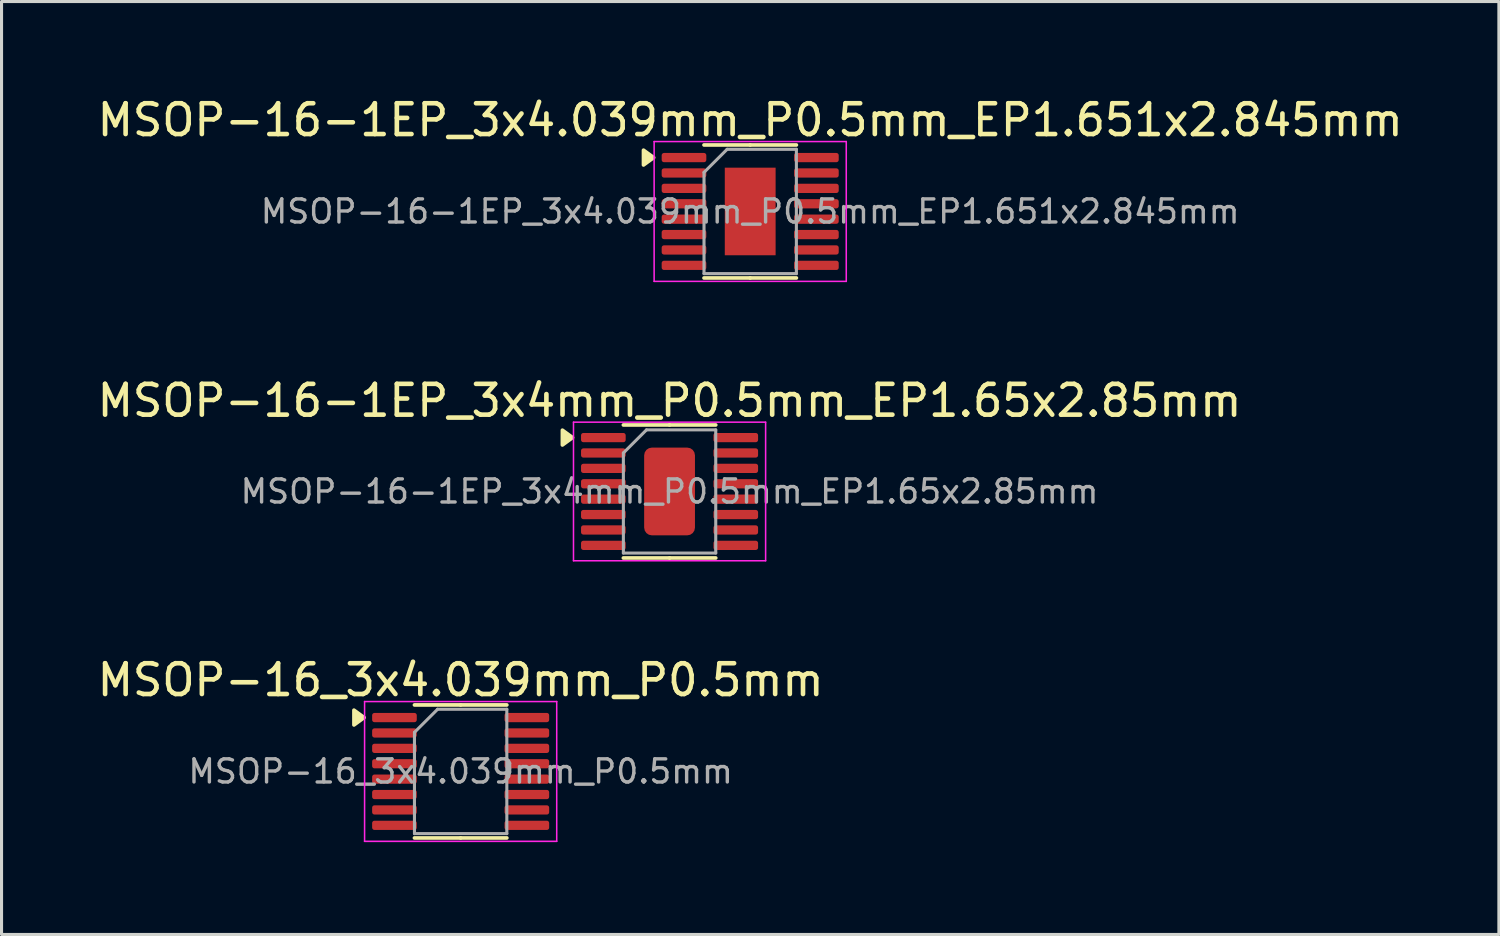
<source format=kicad_pcb>
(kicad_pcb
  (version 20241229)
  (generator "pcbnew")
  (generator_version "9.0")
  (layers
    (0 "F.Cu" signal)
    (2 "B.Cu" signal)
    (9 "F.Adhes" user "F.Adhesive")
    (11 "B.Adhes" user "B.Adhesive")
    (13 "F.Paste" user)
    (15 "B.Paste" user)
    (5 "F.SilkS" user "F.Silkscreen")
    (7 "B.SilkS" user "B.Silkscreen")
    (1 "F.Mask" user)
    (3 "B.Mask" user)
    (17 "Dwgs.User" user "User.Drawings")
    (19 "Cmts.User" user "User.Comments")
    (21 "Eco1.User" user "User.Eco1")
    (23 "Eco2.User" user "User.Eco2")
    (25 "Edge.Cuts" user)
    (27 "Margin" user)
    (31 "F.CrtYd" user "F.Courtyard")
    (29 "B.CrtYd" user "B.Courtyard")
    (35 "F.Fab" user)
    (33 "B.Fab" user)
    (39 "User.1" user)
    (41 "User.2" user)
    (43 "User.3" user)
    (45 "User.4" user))
  (footprint "MSOP-16_3x4.039mm_P0.5mm"
    (layer "F.Cu")
    (at 11.911 22.005)
    (property "Reference" "MSOP-16_3x4.039mm_P0.5mm" (at 0 -2.97 0) (layer "F.SilkS") (effects (font (size 1 1) (thickness 0.15))))
    (attr smd)
    (fp_line (start 0 -2.16) (end -1.5 -2.16) (stroke (width 0.12) (type solid)) (layer "F.SilkS"))
    (fp_line (start 0 -2.16) (end 1.5 -2.16) (stroke (width 0.12) (type solid)) (layer "F.SilkS"))
    (fp_line (start 0 2.16) (end -1.5 2.16) (stroke (width 0.12) (type solid)) (layer "F.SilkS"))
    (fp_line (start 0 2.16) (end 1.5 2.16) (stroke (width 0.12) (type solid)) (layer "F.SilkS"))
    (fp_poly (pts (xy -3.135 -1.75) (xy -3.465 -1.99) (xy -3.465 -1.51) (xy -3.135 -1.75)) (stroke (width 0.12) (type solid)) (fill yes) (layer "F.SilkS"))
    (fp_line (start -3.12 -2.27) (end -3.12 2.27) (stroke (width 0.05) (type solid)) (layer "F.CrtYd"))
    (fp_line (start -3.12 2.27) (end 3.12 2.27) (stroke (width 0.05) (type solid)) (layer "F.CrtYd"))
    (fp_line (start 3.12 -2.27) (end -3.12 -2.27) (stroke (width 0.05) (type solid)) (layer "F.CrtYd"))
    (fp_line (start 3.12 2.27) (end 3.12 -2.27) (stroke (width 0.05) (type solid)) (layer "F.CrtYd"))
    (fp_line (start -1.5 -1.27) (end -0.75 -2.019) (stroke (width 0.1) (type solid)) (layer "F.Fab"))
    (fp_line (start -1.5 2.019) (end -1.5 -1.27) (stroke (width 0.1) (type solid)) (layer "F.Fab"))
    (fp_line (start -0.75 -2.019) (end 1.5 -2.019) (stroke (width 0.1) (type solid)) (layer "F.Fab"))
    (fp_line (start 1.5 -2.019) (end 1.5 2.019) (stroke (width 0.1) (type solid)) (layer "F.Fab"))
    (fp_line (start 1.5 2.019) (end -1.5 2.019) (stroke (width 0.1) (type solid)) (layer "F.Fab"))
    (fp_text user "${REFERENCE}" (at 0 0 0) (layer "F.Fab") (effects (font (size 0.75 0.75) (thickness 0.11))))
    (pad "1" smd roundrect (at -2.15 -1.75) (size 1.45 0.3) (layers "F.Cu" "F.Mask" "F.Paste") (roundrect_rratio 0.25))
    (pad "2" smd roundrect (at -2.15 -1.25) (size 1.45 0.3) (layers "F.Cu" "F.Mask" "F.Paste") (roundrect_rratio 0.25))
    (pad "3" smd roundrect (at -2.15 -0.75) (size 1.45 0.3) (layers "F.Cu" "F.Mask" "F.Paste") (roundrect_rratio 0.25))
    (pad "4" smd roundrect (at -2.15 -0.25) (size 1.45 0.3) (layers "F.Cu" "F.Mask" "F.Paste") (roundrect_rratio 0.25))
    (pad "5" smd roundrect (at -2.15 0.25) (size 1.45 0.3) (layers "F.Cu" "F.Mask" "F.Paste") (roundrect_rratio 0.25))
    (pad "6" smd roundrect (at -2.15 0.75) (size 1.45 0.3) (layers "F.Cu" "F.Mask" "F.Paste") (roundrect_rratio 0.25))
    (pad "7" smd roundrect (at -2.15 1.25) (size 1.45 0.3) (layers "F.Cu" "F.Mask" "F.Paste") (roundrect_rratio 0.25))
    (pad "8" smd roundrect (at -2.15 1.75) (size 1.45 0.3) (layers "F.Cu" "F.Mask" "F.Paste") (roundrect_rratio 0.25))
    (pad "9" smd roundrect (at 2.15 1.75) (size 1.45 0.3) (layers "F.Cu" "F.Mask" "F.Paste") (roundrect_rratio 0.25))
    (pad "10" smd roundrect (at 2.15 1.25) (size 1.45 0.3) (layers "F.Cu" "F.Mask" "F.Paste") (roundrect_rratio 0.25))
    (pad "11" smd roundrect (at 2.15 0.75) (size 1.45 0.3) (layers "F.Cu" "F.Mask" "F.Paste") (roundrect_rratio 0.25))
    (pad "12" smd roundrect (at 2.15 0.25) (size 1.45 0.3) (layers "F.Cu" "F.Mask" "F.Paste") (roundrect_rratio 0.25))
    (pad "13" smd roundrect (at 2.15 -0.25) (size 1.45 0.3) (layers "F.Cu" "F.Mask" "F.Paste") (roundrect_rratio 0.25))
    (pad "14" smd roundrect (at 2.15 -0.75) (size 1.45 0.3) (layers "F.Cu" "F.Mask" "F.Paste") (roundrect_rratio 0.25))
    (pad "15" smd roundrect (at 2.15 -1.25) (size 1.45 0.3) (layers "F.Cu" "F.Mask" "F.Paste") (roundrect_rratio 0.25))
    (pad "16" smd roundrect (at 2.15 -1.75) (size 1.45 0.3) (layers "F.Cu" "F.Mask" "F.Paste") (roundrect_rratio 0.25)))
  (footprint "MSOP-16-1EP_3x4mm_P0.5mm_EP1.65x2.85mm"
    (layer "F.Cu")
    (at 18.696 12.912)
    (property "Reference" "MSOP-16-1EP_3x4mm_P0.5mm_EP1.65x2.85mm" (at 0 -2.95 0) (layer "F.SilkS") (effects (font (size 1 1) (thickness 0.15))))
    (attr smd)
    (fp_line (start -1.5 -2.16) (end 0 -2.16) (stroke (width 0.12) (type solid)) (layer "F.SilkS"))
    (fp_line (start 0 -2.16) (end 1.5 -2.16) (stroke (width 0.12) (type solid)) (layer "F.SilkS"))
    (fp_line (start 0 2.16) (end -1.5 2.16) (stroke (width 0.12) (type solid)) (layer "F.SilkS"))
    (fp_line (start 0 2.16) (end 1.5 2.16) (stroke (width 0.12) (type solid)) (layer "F.SilkS"))
    (fp_poly (pts (xy -3.15 -1.75) (xy -3.48 -1.99) (xy -3.48 -1.51) (xy -3.15 -1.75)) (stroke (width 0.12) (type solid)) (fill yes) (layer "F.SilkS"))
    (fp_line (start -3.12 -2.25) (end -3.12 2.25) (stroke (width 0.05) (type solid)) (layer "F.CrtYd"))
    (fp_line (start -3.12 2.25) (end 3.12 2.25) (stroke (width 0.05) (type solid)) (layer "F.CrtYd"))
    (fp_line (start 3.12 -2.25) (end -3.12 -2.25) (stroke (width 0.05) (type solid)) (layer "F.CrtYd"))
    (fp_line (start 3.12 2.25) (end 3.12 -2.25) (stroke (width 0.05) (type solid)) (layer "F.CrtYd"))
    (fp_line (start -1.5 -1.25) (end -0.75 -2) (stroke (width 0.1) (type solid)) (layer "F.Fab"))
    (fp_line (start -1.5 2) (end -1.5 -1.25) (stroke (width 0.1) (type solid)) (layer "F.Fab"))
    (fp_line (start -0.75 -2) (end 1.5 -2) (stroke (width 0.1) (type solid)) (layer "F.Fab"))
    (fp_line (start 1.5 -2) (end 1.5 2) (stroke (width 0.1) (type solid)) (layer "F.Fab"))
    (fp_line (start 1.5 2) (end -1.5 2) (stroke (width 0.1) (type solid)) (layer "F.Fab"))
    (fp_text user "${REFERENCE}" (at 0 0 0) (layer "F.Fab") (effects (font (size 0.75 0.75) (thickness 0.11))))
    (pad "" smd roundrect (at -0.41 -0.71) (size 0.67 1.15) (layers "F.Paste") (roundrect_rratio 0.25))
    (pad "" smd roundrect (at -0.41 0.71) (size 0.67 1.15) (layers "F.Paste") (roundrect_rratio 0.25))
    (pad "" smd roundrect (at 0.41 -0.71) (size 0.67 1.15) (layers "F.Paste") (roundrect_rratio 0.25))
    (pad "" smd roundrect (at 0.41 0.71) (size 0.67 1.15) (layers "F.Paste") (roundrect_rratio 0.25))
    (pad "1" smd roundrect (at -2.15 -1.75) (size 1.45 0.3) (layers "F.Cu" "F.Mask" "F.Paste") (roundrect_rratio 0.25))
    (pad "2" smd roundrect (at -2.15 -1.25) (size 1.45 0.3) (layers "F.Cu" "F.Mask" "F.Paste") (roundrect_rratio 0.25))
    (pad "3" smd roundrect (at -2.15 -0.75) (size 1.45 0.3) (layers "F.Cu" "F.Mask" "F.Paste") (roundrect_rratio 0.25))
    (pad "4" smd roundrect (at -2.15 -0.25) (size 1.45 0.3) (layers "F.Cu" "F.Mask" "F.Paste") (roundrect_rratio 0.25))
    (pad "5" smd roundrect (at -2.15 0.25) (size 1.45 0.3) (layers "F.Cu" "F.Mask" "F.Paste") (roundrect_rratio 0.25))
    (pad "6" smd roundrect (at -2.15 0.75) (size 1.45 0.3) (layers "F.Cu" "F.Mask" "F.Paste") (roundrect_rratio 0.25))
    (pad "7" smd roundrect (at -2.15 1.25) (size 1.45 0.3) (layers "F.Cu" "F.Mask" "F.Paste") (roundrect_rratio 0.25))
    (pad "8" smd roundrect (at -2.15 1.75) (size 1.45 0.3) (layers "F.Cu" "F.Mask" "F.Paste") (roundrect_rratio 0.25))
    (pad "9" smd roundrect (at 2.15 1.75) (size 1.45 0.3) (layers "F.Cu" "F.Mask" "F.Paste") (roundrect_rratio 0.25))
    (pad "10" smd roundrect (at 2.15 1.25) (size 1.45 0.3) (layers "F.Cu" "F.Mask" "F.Paste") (roundrect_rratio 0.25))
    (pad "11" smd roundrect (at 2.15 0.75) (size 1.45 0.3) (layers "F.Cu" "F.Mask" "F.Paste") (roundrect_rratio 0.25))
    (pad "12" smd roundrect (at 2.15 0.25) (size 1.45 0.3) (layers "F.Cu" "F.Mask" "F.Paste") (roundrect_rratio 0.25))
    (pad "13" smd roundrect (at 2.15 -0.25) (size 1.45 0.3) (layers "F.Cu" "F.Mask" "F.Paste") (roundrect_rratio 0.25))
    (pad "14" smd roundrect (at 2.15 -0.75) (size 1.45 0.3) (layers "F.Cu" "F.Mask" "F.Paste") (roundrect_rratio 0.25))
    (pad "15" smd roundrect (at 2.15 -1.25) (size 1.45 0.3) (layers "F.Cu" "F.Mask" "F.Paste") (roundrect_rratio 0.25))
    (pad "16" smd roundrect (at 2.15 -1.75) (size 1.45 0.3) (layers "F.Cu" "F.Mask" "F.Paste") (roundrect_rratio 0.25))
    (pad "17" smd roundrect (at 0 0) (size 1.65 2.85) (layers "F.Cu" "F.Mask") (roundrect_rratio 0.152)))
  (footprint "MSOP-16-1EP_3x4.039mm_P0.5mm_EP1.651x2.845mm"
    (layer "F.Cu")
    (at 21.315 3.818)
    (property "Reference" "MSOP-16-1EP_3x4.039mm_P0.5mm_EP1.651x2.845mm" (at 0 -2.97 0) (layer "F.SilkS") (effects (font (size 1 1) (thickness 0.15))))
    (attr smd)
    (fp_line (start 0 -2.16) (end -1.5 -2.16) (stroke (width 0.12) (type solid)) (layer "F.SilkS"))
    (fp_line (start 0 -2.16) (end 1.5 -2.16) (stroke (width 0.12) (type solid)) (layer "F.SilkS"))
    (fp_line (start 0 2.16) (end -1.5 2.16) (stroke (width 0.12) (type solid)) (layer "F.SilkS"))
    (fp_line (start 0 2.16) (end 1.5 2.16) (stroke (width 0.12) (type solid)) (layer "F.SilkS"))
    (fp_poly (pts (xy -3.135 -1.75) (xy -3.465 -1.99) (xy -3.465 -1.51) (xy -3.135 -1.75)) (stroke (width 0.12) (type solid)) (fill yes) (layer "F.SilkS"))
    (fp_line (start -3.12 -2.27) (end -3.12 2.27) (stroke (width 0.05) (type solid)) (layer "F.CrtYd"))
    (fp_line (start -3.12 2.27) (end 3.12 2.27) (stroke (width 0.05) (type solid)) (layer "F.CrtYd"))
    (fp_line (start 3.12 -2.27) (end -3.12 -2.27) (stroke (width 0.05) (type solid)) (layer "F.CrtYd"))
    (fp_line (start 3.12 2.27) (end 3.12 -2.27) (stroke (width 0.05) (type solid)) (layer "F.CrtYd"))
    (fp_line (start -1.5 -1.27) (end -0.75 -2.019) (stroke (width 0.1) (type solid)) (layer "F.Fab"))
    (fp_line (start -1.5 2.019) (end -1.5 -1.27) (stroke (width 0.1) (type solid)) (layer "F.Fab"))
    (fp_line (start -0.75 -2.019) (end 1.5 -2.019) (stroke (width 0.1) (type solid)) (layer "F.Fab"))
    (fp_line (start 1.5 -2.019) (end 1.5 2.019) (stroke (width 0.1) (type solid)) (layer "F.Fab"))
    (fp_line (start 1.5 2.019) (end -1.5 2.019) (stroke (width 0.1) (type solid)) (layer "F.Fab"))
    (fp_text user "${REFERENCE}" (at 0 0 0) (layer "F.Fab") (effects (font (size 0.75 0.75) (thickness 0.11))))
    (pad "" smd roundrect (at -0.415 -0.71) (size 0.69 1.19) (layers "F.Paste") (roundrect_rratio 0.25))
    (pad "" smd roundrect (at -0.415 0.71) (size 0.69 1.19) (layers "F.Paste") (roundrect_rratio 0.25))
    (pad "" smd roundrect (at 0.415 -0.71) (size 0.69 1.19) (layers "F.Paste") (roundrect_rratio 0.25))
    (pad "" smd roundrect (at 0.415 0.71) (size 0.69 1.19) (layers "F.Paste") (roundrect_rratio 0.25))
    (pad "1" smd roundrect (at -2.15 -1.75) (size 1.45 0.3) (layers "F.Cu" "F.Mask" "F.Paste") (roundrect_rratio 0.25))
    (pad "2" smd roundrect (at -2.15 -1.25) (size 1.45 0.3) (layers "F.Cu" "F.Mask" "F.Paste") (roundrect_rratio 0.25))
    (pad "3" smd roundrect (at -2.15 -0.75) (size 1.45 0.3) (layers "F.Cu" "F.Mask" "F.Paste") (roundrect_rratio 0.25))
    (pad "4" smd roundrect (at -2.15 -0.25) (size 1.45 0.3) (layers "F.Cu" "F.Mask" "F.Paste") (roundrect_rratio 0.25))
    (pad "5" smd roundrect (at -2.15 0.25) (size 1.45 0.3) (layers "F.Cu" "F.Mask" "F.Paste") (roundrect_rratio 0.25))
    (pad "6" smd roundrect (at -2.15 0.75) (size 1.45 0.3) (layers "F.Cu" "F.Mask" "F.Paste") (roundrect_rratio 0.25))
    (pad "7" smd roundrect (at -2.15 1.25) (size 1.45 0.3) (layers "F.Cu" "F.Mask" "F.Paste") (roundrect_rratio 0.25))
    (pad "8" smd roundrect (at -2.15 1.75) (size 1.45 0.3) (layers "F.Cu" "F.Mask" "F.Paste") (roundrect_rratio 0.25))
    (pad "9" smd roundrect (at 2.15 1.75) (size 1.45 0.3) (layers "F.Cu" "F.Mask" "F.Paste") (roundrect_rratio 0.25))
    (pad "10" smd roundrect (at 2.15 1.25) (size 1.45 0.3) (layers "F.Cu" "F.Mask" "F.Paste") (roundrect_rratio 0.25))
    (pad "11" smd roundrect (at 2.15 0.75) (size 1.45 0.3) (layers "F.Cu" "F.Mask" "F.Paste") (roundrect_rratio 0.25))
    (pad "12" smd roundrect (at 2.15 0.25) (size 1.45 0.3) (layers "F.Cu" "F.Mask" "F.Paste") (roundrect_rratio 0.25))
    (pad "13" smd roundrect (at 2.15 -0.25) (size 1.45 0.3) (layers "F.Cu" "F.Mask" "F.Paste") (roundrect_rratio 0.25))
    (pad "14" smd roundrect (at 2.15 -0.75) (size 1.45 0.3) (layers "F.Cu" "F.Mask" "F.Paste") (roundrect_rratio 0.25))
    (pad "15" smd roundrect (at 2.15 -1.25) (size 1.45 0.3) (layers "F.Cu" "F.Mask" "F.Paste") (roundrect_rratio 0.25))
    (pad "16" smd roundrect (at 2.15 -1.75) (size 1.45 0.3) (layers "F.Cu" "F.Mask" "F.Paste") (roundrect_rratio 0.25))
    (pad "17" smd rect (at 0 0) (size 1.651 2.845) (property pad_prop_heatsink) (layers "F.Cu" "F.Mask")))
  (gr_rect
    (start -3 -3)
    (end 45.631 27.3)
    (stroke (width 0.1) (type default))
    (fill no)
    (layer "Edge.Cuts")))
</source>
